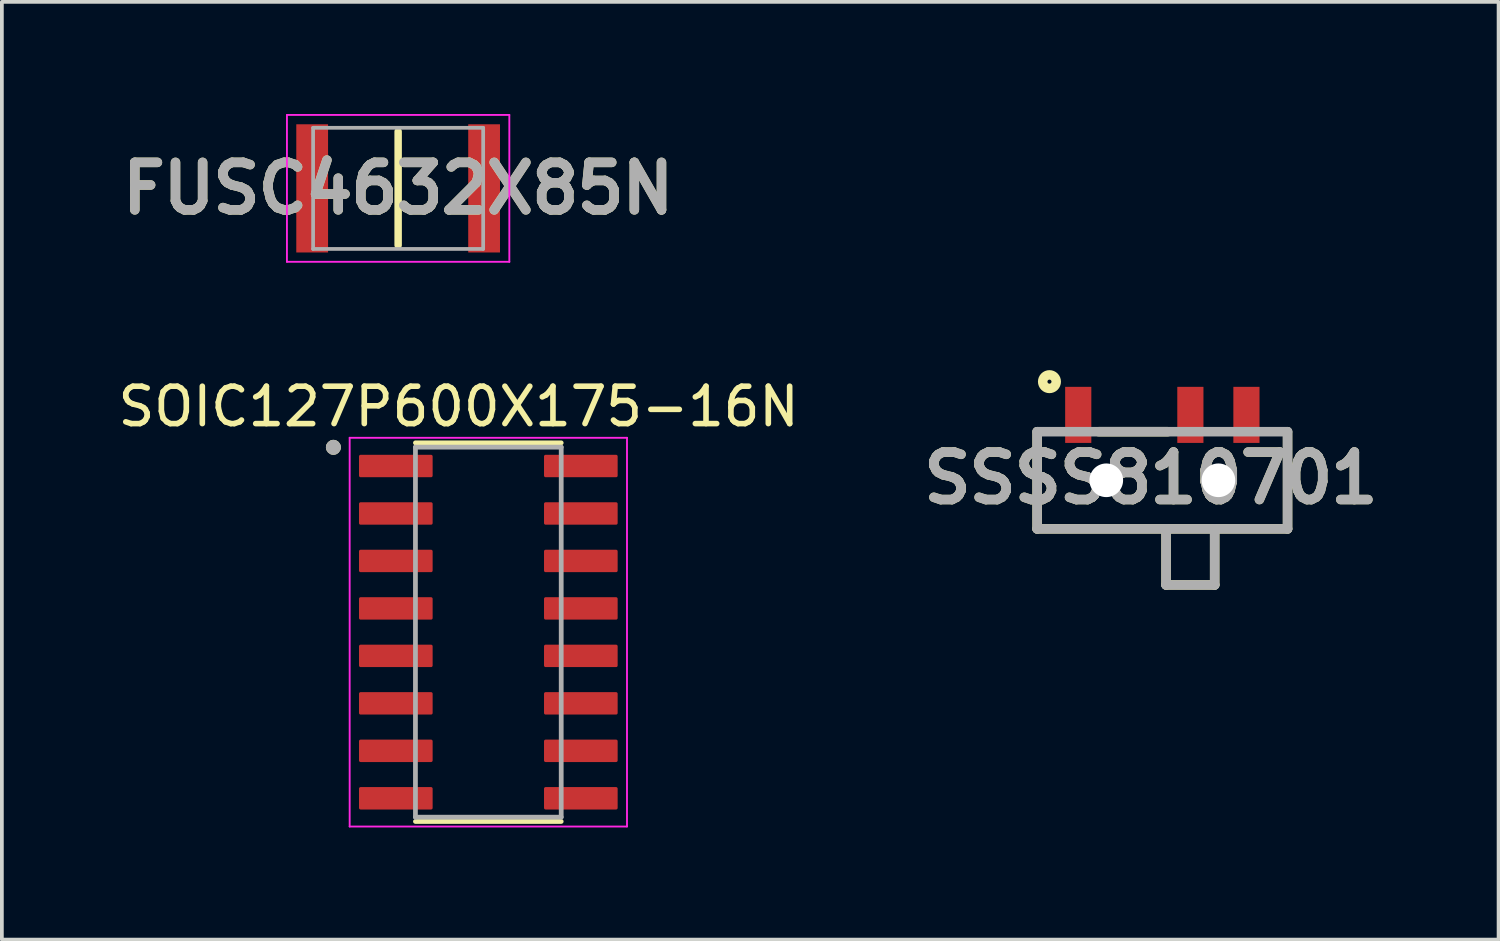
<source format=kicad_pcb>
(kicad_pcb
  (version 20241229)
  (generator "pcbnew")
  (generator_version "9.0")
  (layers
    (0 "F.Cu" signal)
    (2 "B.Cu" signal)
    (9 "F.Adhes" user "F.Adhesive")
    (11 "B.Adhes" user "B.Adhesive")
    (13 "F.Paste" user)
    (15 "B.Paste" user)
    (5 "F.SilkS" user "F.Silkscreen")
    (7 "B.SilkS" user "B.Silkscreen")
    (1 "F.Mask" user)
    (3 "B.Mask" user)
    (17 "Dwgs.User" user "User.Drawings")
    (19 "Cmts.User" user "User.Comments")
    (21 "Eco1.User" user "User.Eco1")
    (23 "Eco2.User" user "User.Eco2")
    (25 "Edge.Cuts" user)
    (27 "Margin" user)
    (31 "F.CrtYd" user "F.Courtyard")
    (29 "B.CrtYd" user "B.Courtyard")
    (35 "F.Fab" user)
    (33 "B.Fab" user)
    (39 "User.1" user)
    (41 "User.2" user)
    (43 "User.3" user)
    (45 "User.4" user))
  (footprint "FUSC4632X85N"
    (layer "F.Cu")
    (at 7.602 1.99)
    (property "Reference" "FUSC4632X85N" (at 0 0 0) (layer "F.SilkS") (effects (font (size 1.27 1.27) (thickness 0.254))))
    (attr smd)
    (fp_line (start 0 -1.52) (end 0 1.52) (stroke (width 0.2) (type solid)) (layer "F.SilkS"))
    (fp_line (start -2.975 -1.965) (end 2.975 -1.965) (stroke (width 0.05) (type solid)) (layer "F.CrtYd"))
    (fp_line (start -2.975 1.965) (end -2.975 -1.965) (stroke (width 0.05) (type solid)) (layer "F.CrtYd"))
    (fp_line (start 2.975 -1.965) (end 2.975 1.965) (stroke (width 0.05) (type solid)) (layer "F.CrtYd"))
    (fp_line (start 2.975 1.965) (end -2.975 1.965) (stroke (width 0.05) (type solid)) (layer "F.CrtYd"))
    (fp_line (start -2.275 -1.62) (end 2.275 -1.62) (stroke (width 0.1) (type solid)) (layer "F.Fab"))
    (fp_line (start -2.275 1.62) (end -2.275 -1.62) (stroke (width 0.1) (type solid)) (layer "F.Fab"))
    (fp_line (start 2.275 -1.62) (end 2.275 1.62) (stroke (width 0.1) (type solid)) (layer "F.Fab"))
    (fp_line (start 2.275 1.62) (end -2.275 1.62) (stroke (width 0.1) (type solid)) (layer "F.Fab"))
    (fp_text user "${REFERENCE}" (at 0 0 0) (layer "F.Fab") (effects (font (size 1.27 1.27) (thickness 0.254))))
    (pad "1" smd rect (at -2.3 0) (size 0.85 3.43) (layers "F.Cu" "F.Mask" "F.Paste"))
    (pad "2" smd rect (at 2.3 0) (size 0.85 3.43) (layers "F.Cu" "F.Mask" "F.Paste")))
  (footprint "SSSS810701"
    (layer "F.Cu")
    (at 28.798 8.05)
    (property "Reference" "SSSS810701" (at -1.056 1.691 0) (layer "F.SilkS") (effects (font (size 1.27 1.27) (thickness 0.254))))
    (attr smd)
    (fp_line (start -4.1 3.05) (end -4.1 0.45) (stroke (width 0.254) (type solid)) (layer "F.SilkS"))
    (fp_line (start -2.454 0.45) (end -0.605 0.45) (stroke (width 0.254) (type solid)) (layer "F.SilkS"))
    (fp_line (start -0.65 3.05) (end -0.65 4.55) (stroke (width 0.254) (type solid)) (layer "F.SilkS"))
    (fp_line (start -0.65 4.55) (end 0.65 4.55) (stroke (width 0.254) (type solid)) (layer "F.SilkS"))
    (fp_line (start 0.65 4.55) (end 0.65 3.05) (stroke (width 0.254) (type solid)) (layer "F.SilkS"))
    (fp_line (start 2.6 0.45) (end 2.6 3.05) (stroke (width 0.254) (type solid)) (layer "F.SilkS"))
    (fp_line (start 2.6 3.05) (end -4.1 3.05) (stroke (width 0.254) (type solid)) (layer "F.SilkS"))
    (fp_circle (center -3.77 -0.889) (end -3.77 -0.835) (stroke (width 0.254) (type solid)) (fill no) (layer "F.SilkS"))
    (fp_line (start -4.1 0.45) (end 2.6 0.45) (stroke (width 0.254) (type solid)) (layer "F.Fab"))
    (fp_line (start -4.1 3.05) (end -4.1 0.45) (stroke (width 0.254) (type solid)) (layer "F.Fab"))
    (fp_line (start -0.65 3.05) (end -0.65 4.55) (stroke (width 0.254) (type solid)) (layer "F.Fab"))
    (fp_line (start -0.65 4.55) (end 0.65 4.55) (stroke (width 0.254) (type solid)) (layer "F.Fab"))
    (fp_line (start 0.65 4.55) (end 0.65 3.05) (stroke (width 0.254) (type solid)) (layer "F.Fab"))
    (fp_line (start 2.6 0.45) (end 2.6 3.05) (stroke (width 0.254) (type solid)) (layer "F.Fab"))
    (fp_line (start 2.6 3.05) (end -4.1 3.05) (stroke (width 0.254) (type solid)) (layer "F.Fab"))
    (fp_text user "${REFERENCE}" (at -1.056 1.691 0) (layer "F.Fab") (effects (font (size 1.27 1.27) (thickness 0.254))))
    (pad "" np_thru_hole circle (at -2.25 1.75) (size 0.9 0.9) (drill 0.9) (layers "*.Cu" "*.Mask"))
    (pad "" np_thru_hole circle (at 0.75 1.75) (size 0.9 0.9) (drill 0.9) (layers "*.Cu" "*.Mask"))
    (pad "1" smd rect (at -3 0) (size 0.7 1.5) (layers "F.Cu" "F.Mask" "F.Paste"))
    (pad "2" smd rect (at 0 0) (size 0.7 1.5) (layers "F.Cu" "F.Mask" "F.Paste"))
    (pad "3" smd rect (at 1.5 0) (size 0.7 1.5) (layers "F.Cu" "F.Mask" "F.Paste")))
  (footprint "SOIC127P600X175-16N"
    (layer "F.Cu")
    (at 10.015 13.863)
    (property "Reference" "SOIC127P600X175-16N" (at -0.795 -6.035 0) (layer "F.SilkS") (effects (font (size 1 1) (thickness 0.15))))
    (attr smd)
    (fp_line (start -1.95 -5.065) (end 1.95 -5.065) (stroke (width 0.127) (type solid)) (layer "F.SilkS"))
    (fp_line (start -1.95 5.065) (end 1.95 5.065) (stroke (width 0.127) (type solid)) (layer "F.SilkS"))
    (fp_circle (center -4.145 -4.945) (end -4.045 -4.945) (stroke (width 0.2) (type solid)) (fill no) (layer "F.SilkS"))
    (fp_line (start -3.71 -5.2) (end -3.71 5.2) (stroke (width 0.05) (type solid)) (layer "F.CrtYd"))
    (fp_line (start -3.71 -5.2) (end 3.71 -5.2) (stroke (width 0.05) (type solid)) (layer "F.CrtYd"))
    (fp_line (start -3.71 5.2) (end 3.71 5.2) (stroke (width 0.05) (type solid)) (layer "F.CrtYd"))
    (fp_line (start 3.71 -5.2) (end 3.71 5.2) (stroke (width 0.05) (type solid)) (layer "F.CrtYd"))
    (fp_line (start -1.95 -4.95) (end -1.95 4.95) (stroke (width 0.127) (type solid)) (layer "F.Fab"))
    (fp_line (start -1.95 -4.95) (end 1.95 -4.95) (stroke (width 0.127) (type solid)) (layer "F.Fab"))
    (fp_line (start -1.95 4.95) (end 1.95 4.95) (stroke (width 0.127) (type solid)) (layer "F.Fab"))
    (fp_line (start 1.95 -4.95) (end 1.95 4.95) (stroke (width 0.127) (type solid)) (layer "F.Fab"))
    (fp_circle (center -4.145 -4.945) (end -4.045 -4.945) (stroke (width 0.2) (type solid)) (fill no) (layer "F.Fab"))
    (pad "1" smd roundrect (at -2.475 -4.445) (size 1.97 0.6) (layers "F.Cu" "F.Mask" "F.Paste") (roundrect_rratio 0.07))
    (pad "2" smd roundrect (at -2.475 -3.175) (size 1.97 0.6) (layers "F.Cu" "F.Mask" "F.Paste") (roundrect_rratio 0.07))
    (pad "3" smd roundrect (at -2.475 -1.905) (size 1.97 0.6) (layers "F.Cu" "F.Mask" "F.Paste") (roundrect_rratio 0.07))
    (pad "4" smd roundrect (at -2.475 -0.635) (size 1.97 0.6) (layers "F.Cu" "F.Mask" "F.Paste") (roundrect_rratio 0.07))
    (pad "5" smd roundrect (at -2.475 0.635) (size 1.97 0.6) (layers "F.Cu" "F.Mask" "F.Paste") (roundrect_rratio 0.07))
    (pad "6" smd roundrect (at -2.475 1.905) (size 1.97 0.6) (layers "F.Cu" "F.Mask" "F.Paste") (roundrect_rratio 0.07))
    (pad "7" smd roundrect (at -2.475 3.175) (size 1.97 0.6) (layers "F.Cu" "F.Mask" "F.Paste") (roundrect_rratio 0.07))
    (pad "8" smd roundrect (at -2.475 4.445) (size 1.97 0.6) (layers "F.Cu" "F.Mask" "F.Paste") (roundrect_rratio 0.07))
    (pad "9" smd roundrect (at 2.475 4.445) (size 1.97 0.6) (layers "F.Cu" "F.Mask" "F.Paste") (roundrect_rratio 0.07))
    (pad "10" smd roundrect (at 2.475 3.175) (size 1.97 0.6) (layers "F.Cu" "F.Mask" "F.Paste") (roundrect_rratio 0.07))
    (pad "11" smd roundrect (at 2.475 1.905) (size 1.97 0.6) (layers "F.Cu" "F.Mask" "F.Paste") (roundrect_rratio 0.07))
    (pad "12" smd roundrect (at 2.475 0.635) (size 1.97 0.6) (layers "F.Cu" "F.Mask" "F.Paste") (roundrect_rratio 0.07))
    (pad "13" smd roundrect (at 2.475 -0.635) (size 1.97 0.6) (layers "F.Cu" "F.Mask" "F.Paste") (roundrect_rratio 0.07))
    (pad "14" smd roundrect (at 2.475 -1.905) (size 1.97 0.6) (layers "F.Cu" "F.Mask" "F.Paste") (roundrect_rratio 0.07))
    (pad "15" smd roundrect (at 2.475 -3.175) (size 1.97 0.6) (layers "F.Cu" "F.Mask" "F.Paste") (roundrect_rratio 0.07))
    (pad "16" smd roundrect (at 2.475 -4.445) (size 1.97 0.6) (layers "F.Cu" "F.Mask" "F.Paste") (roundrect_rratio 0.07)))
  (gr_rect
    (start -3 -3)
    (end 37.044 22.088)
    (stroke (width 0.1) (type default))
    (fill no)
    (layer "Edge.Cuts")))
</source>
